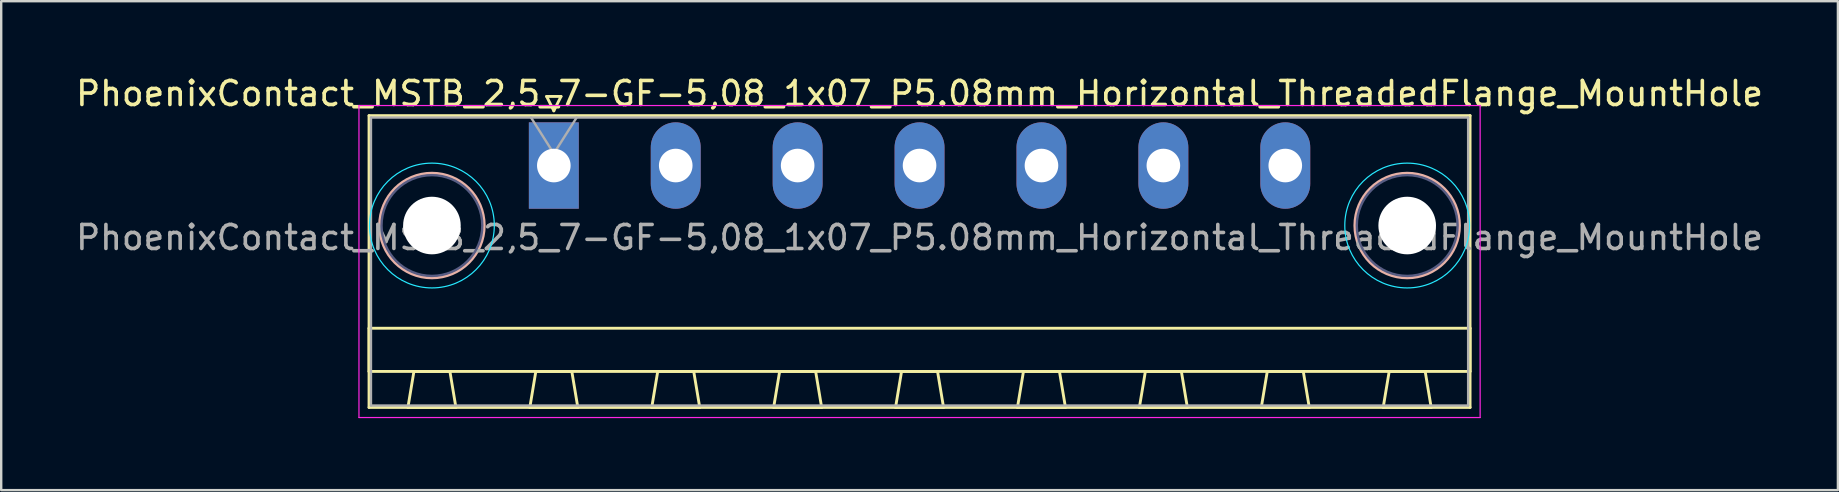
<source format=kicad_pcb>
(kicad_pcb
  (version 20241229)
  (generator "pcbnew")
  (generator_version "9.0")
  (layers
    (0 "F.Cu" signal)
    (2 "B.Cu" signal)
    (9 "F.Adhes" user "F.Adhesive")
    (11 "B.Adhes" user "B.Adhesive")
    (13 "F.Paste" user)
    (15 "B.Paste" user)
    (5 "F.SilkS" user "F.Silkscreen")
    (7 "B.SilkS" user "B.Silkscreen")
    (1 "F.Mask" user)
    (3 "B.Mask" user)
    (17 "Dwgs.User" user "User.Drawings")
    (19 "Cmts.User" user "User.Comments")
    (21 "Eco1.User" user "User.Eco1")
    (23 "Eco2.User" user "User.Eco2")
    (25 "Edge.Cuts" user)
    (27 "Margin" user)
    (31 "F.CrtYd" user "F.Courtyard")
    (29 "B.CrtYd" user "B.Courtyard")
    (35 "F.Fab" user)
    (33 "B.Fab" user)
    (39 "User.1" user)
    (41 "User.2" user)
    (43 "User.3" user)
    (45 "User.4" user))
  (footprint "PhoenixContact_MSTB_2,5_7-GF-5,08_1x07_P5.08mm_Horizontal_ThreadedFlange_MountHole"
    (layer "F.Cu")
    (at 20.028 3.848)
    (property "Reference" "PhoenixContact_MSTB_2,5_7-GF-5,08_1x07_P5.08mm_Horizontal_ThreadedFlange_MountHole" (at 15.24 -3 0) (layer "F.SilkS") (effects (font (size 1 1) (thickness 0.15))))
    (attr through_hole)
    (fp_line (start -7.7 -2.08) (end -7.7 10.08) (stroke (width 0.12) (type solid)) (layer "F.SilkS"))
    (fp_line (start -7.7 6.78) (end 38.18 6.78) (stroke (width 0.12) (type solid)) (layer "F.SilkS"))
    (fp_line (start -7.7 8.58) (end -7.7 6.78) (stroke (width 0.12) (type solid)) (layer "F.SilkS"))
    (fp_line (start -7.7 10.08) (end 38.18 10.08) (stroke (width 0.12) (type solid)) (layer "F.SilkS"))
    (fp_line (start -6.08 10.08) (end -4.08 10.08) (stroke (width 0.12) (type solid)) (layer "F.SilkS"))
    (fp_line (start -5.83 8.58) (end -6.08 10.08) (stroke (width 0.12) (type solid)) (layer "F.SilkS"))
    (fp_line (start -4.33 8.58) (end -5.83 8.58) (stroke (width 0.12) (type solid)) (layer "F.SilkS"))
    (fp_line (start -4.08 10.08) (end -4.33 8.58) (stroke (width 0.12) (type solid)) (layer "F.SilkS"))
    (fp_line (start -1 10.08) (end 1 10.08) (stroke (width 0.12) (type solid)) (layer "F.SilkS"))
    (fp_line (start -0.75 8.58) (end -1 10.08) (stroke (width 0.12) (type solid)) (layer "F.SilkS"))
    (fp_line (start -0.3 -2.88) (end 0.3 -2.88) (stroke (width 0.12) (type solid)) (layer "F.SilkS"))
    (fp_line (start 0 -2.28) (end -0.3 -2.88) (stroke (width 0.12) (type solid)) (layer "F.SilkS"))
    (fp_line (start 0.3 -2.88) (end 0 -2.28) (stroke (width 0.12) (type solid)) (layer "F.SilkS"))
    (fp_line (start 0.75 8.58) (end -0.75 8.58) (stroke (width 0.12) (type solid)) (layer "F.SilkS"))
    (fp_line (start 1 10.08) (end 0.75 8.58) (stroke (width 0.12) (type solid)) (layer "F.SilkS"))
    (fp_line (start 4.08 10.08) (end 6.08 10.08) (stroke (width 0.12) (type solid)) (layer "F.SilkS"))
    (fp_line (start 4.33 8.58) (end 4.08 10.08) (stroke (width 0.12) (type solid)) (layer "F.SilkS"))
    (fp_line (start 5.83 8.58) (end 4.33 8.58) (stroke (width 0.12) (type solid)) (layer "F.SilkS"))
    (fp_line (start 6.08 10.08) (end 5.83 8.58) (stroke (width 0.12) (type solid)) (layer "F.SilkS"))
    (fp_line (start 9.16 10.08) (end 11.16 10.08) (stroke (width 0.12) (type solid)) (layer "F.SilkS"))
    (fp_line (start 9.41 8.58) (end 9.16 10.08) (stroke (width 0.12) (type solid)) (layer "F.SilkS"))
    (fp_line (start 10.91 8.58) (end 9.41 8.58) (stroke (width 0.12) (type solid)) (layer "F.SilkS"))
    (fp_line (start 11.16 10.08) (end 10.91 8.58) (stroke (width 0.12) (type solid)) (layer "F.SilkS"))
    (fp_line (start 14.24 10.08) (end 16.24 10.08) (stroke (width 0.12) (type solid)) (layer "F.SilkS"))
    (fp_line (start 14.49 8.58) (end 14.24 10.08) (stroke (width 0.12) (type solid)) (layer "F.SilkS"))
    (fp_line (start 15.99 8.58) (end 14.49 8.58) (stroke (width 0.12) (type solid)) (layer "F.SilkS"))
    (fp_line (start 16.24 10.08) (end 15.99 8.58) (stroke (width 0.12) (type solid)) (layer "F.SilkS"))
    (fp_line (start 19.32 10.08) (end 21.32 10.08) (stroke (width 0.12) (type solid)) (layer "F.SilkS"))
    (fp_line (start 19.57 8.58) (end 19.32 10.08) (stroke (width 0.12) (type solid)) (layer "F.SilkS"))
    (fp_line (start 21.07 8.58) (end 19.57 8.58) (stroke (width 0.12) (type solid)) (layer "F.SilkS"))
    (fp_line (start 21.32 10.08) (end 21.07 8.58) (stroke (width 0.12) (type solid)) (layer "F.SilkS"))
    (fp_line (start 24.4 10.08) (end 26.4 10.08) (stroke (width 0.12) (type solid)) (layer "F.SilkS"))
    (fp_line (start 24.65 8.58) (end 24.4 10.08) (stroke (width 0.12) (type solid)) (layer "F.SilkS"))
    (fp_line (start 26.15 8.58) (end 24.65 8.58) (stroke (width 0.12) (type solid)) (layer "F.SilkS"))
    (fp_line (start 26.4 10.08) (end 26.15 8.58) (stroke (width 0.12) (type solid)) (layer "F.SilkS"))
    (fp_line (start 29.48 10.08) (end 31.48 10.08) (stroke (width 0.12) (type solid)) (layer "F.SilkS"))
    (fp_line (start 29.73 8.58) (end 29.48 10.08) (stroke (width 0.12) (type solid)) (layer "F.SilkS"))
    (fp_line (start 31.23 8.58) (end 29.73 8.58) (stroke (width 0.12) (type solid)) (layer "F.SilkS"))
    (fp_line (start 31.48 10.08) (end 31.23 8.58) (stroke (width 0.12) (type solid)) (layer "F.SilkS"))
    (fp_line (start 34.56 10.08) (end 36.56 10.08) (stroke (width 0.12) (type solid)) (layer "F.SilkS"))
    (fp_line (start 34.81 8.58) (end 34.56 10.08) (stroke (width 0.12) (type solid)) (layer "F.SilkS"))
    (fp_line (start 36.31 8.58) (end 34.81 8.58) (stroke (width 0.12) (type solid)) (layer "F.SilkS"))
    (fp_line (start 36.56 10.08) (end 36.31 8.58) (stroke (width 0.12) (type solid)) (layer "F.SilkS"))
    (fp_line (start 38.18 -2.08) (end -7.7 -2.08) (stroke (width 0.12) (type solid)) (layer "F.SilkS"))
    (fp_line (start 38.18 6.78) (end 38.18 8.58) (stroke (width 0.12) (type solid)) (layer "F.SilkS"))
    (fp_line (start 38.18 8.58) (end -7.7 8.58) (stroke (width 0.12) (type solid)) (layer "F.SilkS"))
    (fp_line (start 38.18 10.08) (end 38.18 -2.08) (stroke (width 0.12) (type solid)) (layer "F.SilkS"))
    (fp_circle (center -5.08 2.5) (end -2.9 2.5) (stroke (width 0.12) (type solid)) (fill no) (layer "B.SilkS"))
    (fp_circle (center 35.56 2.5) (end 37.74 2.5) (stroke (width 0.12) (type solid)) (fill no) (layer "B.SilkS"))
    (fp_circle (center -5.08 2.5) (end -2.48 2.5) (stroke (width 0.05) (type solid)) (fill no) (layer "B.CrtYd"))
    (fp_circle (center 35.56 2.5) (end 38.16 2.5) (stroke (width 0.05) (type solid)) (fill no) (layer "B.CrtYd"))
    (fp_line (start -8.12 -2.5) (end -8.12 10.5) (stroke (width 0.05) (type solid)) (layer "F.CrtYd"))
    (fp_line (start -8.12 10.5) (end 38.6 10.5) (stroke (width 0.05) (type solid)) (layer "F.CrtYd"))
    (fp_line (start 38.6 -2.5) (end -8.12 -2.5) (stroke (width 0.05) (type solid)) (layer "F.CrtYd"))
    (fp_line (start 38.6 10.5) (end 38.6 -2.5) (stroke (width 0.05) (type solid)) (layer "F.CrtYd"))
    (fp_circle (center -5.08 2.5) (end -2.98 2.5) (stroke (width 0.1) (type solid)) (fill no) (layer "B.Fab"))
    (fp_circle (center 35.56 2.5) (end 37.66 2.5) (stroke (width 0.1) (type solid)) (fill no) (layer "B.Fab"))
    (fp_line (start -7.62 -2) (end -7.62 10) (stroke (width 0.1) (type solid)) (layer "F.Fab"))
    (fp_line (start -7.62 10) (end 38.1 10) (stroke (width 0.1) (type solid)) (layer "F.Fab"))
    (fp_line (start 0 -0.5) (end -0.95 -2) (stroke (width 0.1) (type solid)) (layer "F.Fab"))
    (fp_line (start 0.95 -2) (end 0 -0.5) (stroke (width 0.1) (type solid)) (layer "F.Fab"))
    (fp_line (start 38.1 -2) (end -7.62 -2) (stroke (width 0.1) (type solid)) (layer "F.Fab"))
    (fp_line (start 38.1 10) (end 38.1 -2) (stroke (width 0.1) (type solid)) (layer "F.Fab"))
    (fp_text user "${REFERENCE}" (at 15.24 3 0) (layer "F.Fab") (effects (font (size 1 1) (thickness 0.15))))
    (pad "" np_thru_hole circle (at -5.08 2.5) (size 2.4 2.4) (drill 2.4) (layers "*.Cu" "*.Mask"))
    (pad "" np_thru_hole circle (at 35.56 2.5) (size 2.4 2.4) (drill 2.4) (layers "*.Cu" "*.Mask"))
    (pad "1" thru_hole rect (at 0 0) (size 2.08 3.6) (drill 1.4) (layers "*.Cu" "*.Mask"))
    (pad "2" thru_hole oval (at 5.08 0) (size 2.08 3.6) (drill 1.4) (layers "*.Cu" "*.Mask"))
    (pad "3" thru_hole oval (at 10.16 0) (size 2.08 3.6) (drill 1.4) (layers "*.Cu" "*.Mask"))
    (pad "4" thru_hole oval (at 15.24 0) (size 2.08 3.6) (drill 1.4) (layers "*.Cu" "*.Mask"))
    (pad "5" thru_hole oval (at 20.32 0) (size 2.08 3.6) (drill 1.4) (layers "*.Cu" "*.Mask"))
    (pad "6" thru_hole oval (at 25.4 0) (size 2.08 3.6) (drill 1.4) (layers "*.Cu" "*.Mask"))
    (pad "7" thru_hole oval (at 30.48 0) (size 2.08 3.6) (drill 1.4) (layers "*.Cu" "*.Mask")))
  (gr_rect
    (start -3 -3)
    (end 73.536 17.373)
    (stroke (width 0.1) (type default))
    (fill no)
    (layer "Edge.Cuts")))
</source>
